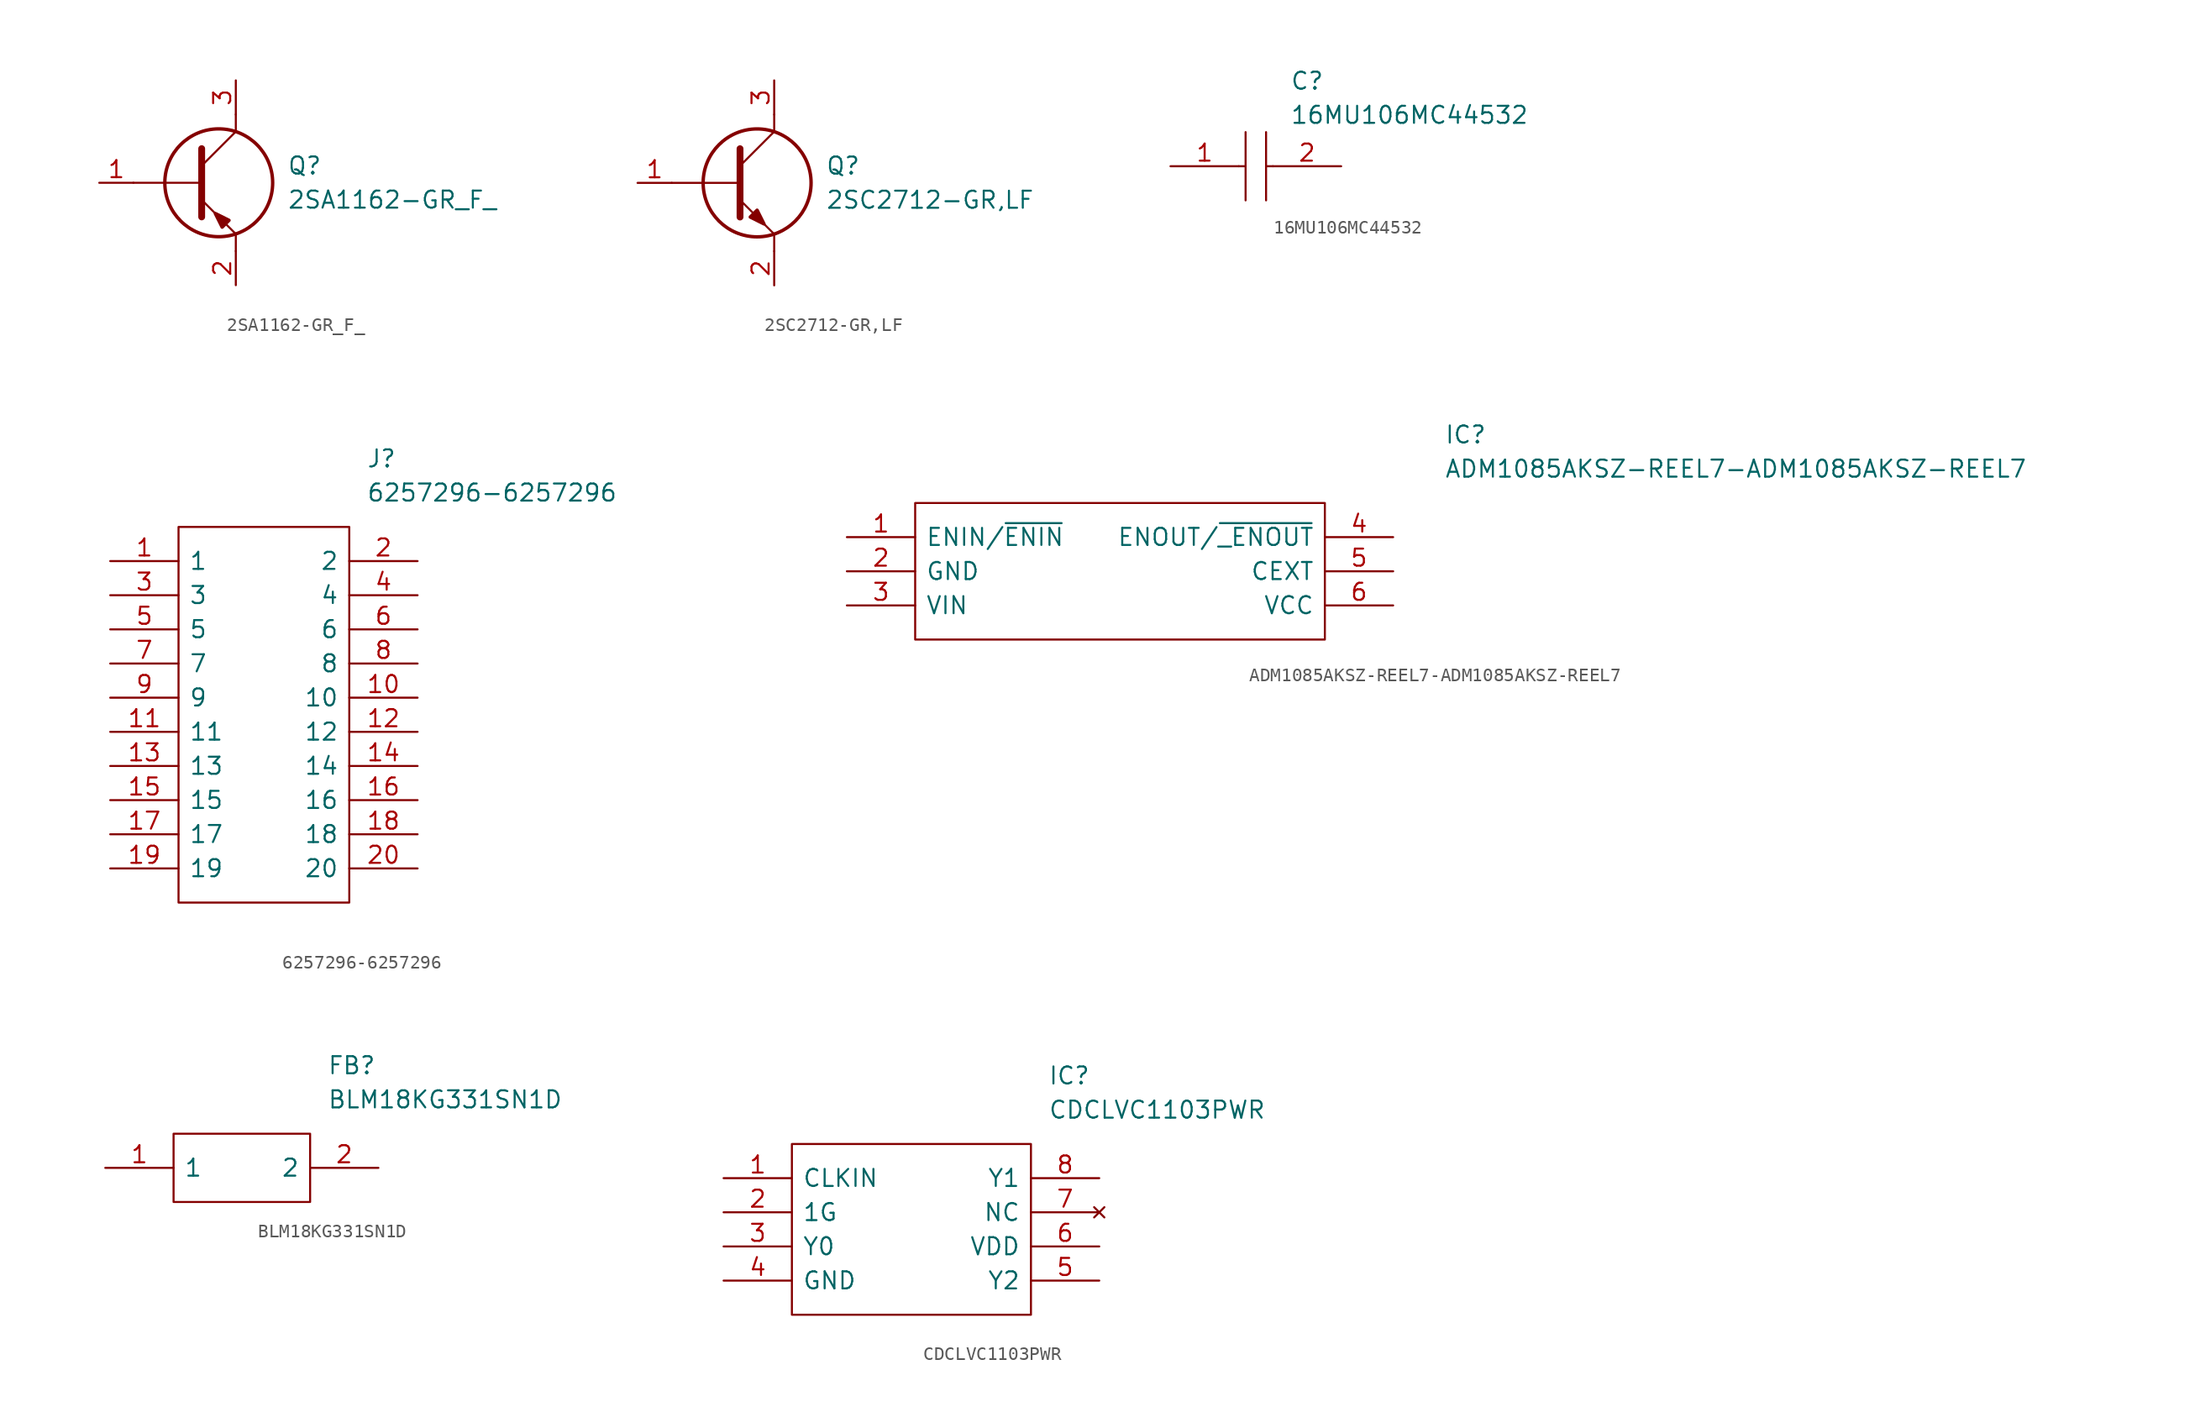
<source format=kicad_sym>
(kicad_symbol_lib
  (version 20220914)
  (generator kicad_symbol_editor)
  (symbol "2SA1162-GR_F_"
    (pin_names
      (offset 0.762))
    (property "Reference" "Q"
      (at 13.97 1.27 0)
      (effects (font (size 1.27 1.27)) (justify left)))
    (property "Value" "2SA1162-GR_F_"
      (at 13.97 -1.27 0)
      (effects (font (size 1.27 1.27)) (justify left)))
    (symbol "2SA1162-GR_F__0_0"
      (pin passive line (at 0 0 0) (length 2.54) (name "~" (effects (font (size 1.27 1.27)))) (number "1" (effects (font (size 1.27 1.27)))))
      (pin passive line (at 10.16 -7.62 90) (length 2.54) (name "~" (effects (font (size 1.27 1.27)))) (number "2" (effects (font (size 1.27 1.27)))))
      (pin passive line (at 10.16 7.62 270) (length 2.54) (name "~" (effects (font (size 1.27 1.27)))) (number "3" (effects (font (size 1.27 1.27))))))
    (symbol "2SA1162-GR_F__0_1"
      (polyline (pts (xy 2.54 0) (xy 7.62 0)) (stroke (width 0.152) (type solid)) (fill (type none)))
      (polyline (pts (xy 7.62 -1.27) (xy 10.16 -3.81)) (stroke (width 0.152) (type solid)) (fill (type none)))
      (polyline (pts (xy 7.62 1.27) (xy 10.16 3.81)) (stroke (width 0.152) (type solid)) (fill (type none)))
      (polyline (pts (xy 7.62 2.54) (xy 7.62 -2.54)) (stroke (width 0.508) (type solid)) (fill (type none)))
      (polyline (pts (xy 10.16 -3.81) (xy 10.16 -5.08)) (stroke (width 0.152) (type solid)) (fill (type none)))
      (polyline (pts (xy 10.16 3.81) (xy 10.16 5.08)) (stroke (width 0.152) (type solid)) (fill (type none)))
      (polyline (pts (xy 9.652 -2.794) (xy 9.144 -3.302) (xy 8.636 -2.286) (xy 9.652 -2.794)) (stroke (width 0.254) (type solid)) (fill (type outline)))
      (circle (center 8.89 0) (radius 4.013) (stroke (width 0.254) (type solid)) (fill (type none)))))
  (symbol "2SC2712-GR,LF"
    (pin_names
      (offset 0.762))
    (property "Reference" "Q"
      (at 13.97 1.27 0)
      (effects (font (size 1.27 1.27)) (justify left)))
    (property "Value" "2SC2712-GR,LF"
      (at 13.97 -1.27 0)
      (effects (font (size 1.27 1.27)) (justify left)))
    (symbol "2SC2712-GR,LF_0_0"
      (pin passive line (at 0 0 0) (length 2.54) (name "~" (effects (font (size 1.27 1.27)))) (number "1" (effects (font (size 1.27 1.27)))))
      (pin passive line (at 10.16 -7.62 90) (length 2.54) (name "~" (effects (font (size 1.27 1.27)))) (number "2" (effects (font (size 1.27 1.27)))))
      (pin passive line (at 10.16 7.62 270) (length 2.54) (name "~" (effects (font (size 1.27 1.27)))) (number "3" (effects (font (size 1.27 1.27))))))
    (symbol "2SC2712-GR,LF_0_1"
      (polyline (pts (xy 2.54 0) (xy 7.62 0)) (stroke (width 0.152) (type solid)) (fill (type none)))
      (polyline (pts (xy 7.62 -1.27) (xy 10.16 -3.81)) (stroke (width 0.152) (type solid)) (fill (type none)))
      (polyline (pts (xy 7.62 1.27) (xy 10.16 3.81)) (stroke (width 0.152) (type solid)) (fill (type none)))
      (polyline (pts (xy 7.62 2.54) (xy 7.62 -2.54)) (stroke (width 0.508) (type solid)) (fill (type none)))
      (polyline (pts (xy 10.16 -3.81) (xy 10.16 -5.08)) (stroke (width 0.152) (type solid)) (fill (type none)))
      (polyline (pts (xy 10.16 3.81) (xy 10.16 5.08)) (stroke (width 0.152) (type solid)) (fill (type none)))
      (polyline (pts (xy 8.382 -2.54) (xy 8.89 -2.032) (xy 9.398 -3.048) (xy 8.382 -2.54)) (stroke (width 0.254) (type solid)) (fill (type outline)))
      (circle (center 8.89 0) (radius 4.013) (stroke (width 0.254) (type solid)) (fill (type none)))))
  (symbol "16MU106MC44532"
    (pin_names
      (offset 0.762))
    (property "Reference" "C"
      (at 8.89 6.35 0)
      (effects (font (size 1.27 1.27)) (justify left)))
    (property "Value" "16MU106MC44532"
      (at 8.89 3.81 0)
      (effects (font (size 1.27 1.27)) (justify left)))
    (symbol "16MU106MC44532_0_0"
      (pin passive line (at 0 0 0) (length 5.08) (name "~" (effects (font (size 1.27 1.27)))) (number "1" (effects (font (size 1.27 1.27)))))
      (pin passive line (at 12.7 0 180) (length 5.08) (name "~" (effects (font (size 1.27 1.27)))) (number "2" (effects (font (size 1.27 1.27))))))
    (symbol "16MU106MC44532_0_1"
      (polyline (pts (xy 5.08 0) (xy 5.588 0)) (stroke (width 0.152) (type solid)) (fill (type none)))
      (polyline (pts (xy 5.588 2.54) (xy 5.588 -2.54)) (stroke (width 0.152) (type solid)) (fill (type none)))
      (polyline (pts (xy 7.112 0) (xy 7.62 0)) (stroke (width 0.152) (type solid)) (fill (type none)))
      (polyline (pts (xy 7.112 2.54) (xy 7.112 -2.54)) (stroke (width 0.152) (type solid)) (fill (type none)))))
  (symbol "6257296-6257296"
    (pin_names
      (offset 0.762))
    (property "Reference" "J"
      (at 19.05 7.62 0)
      (effects (font (size 1.27 1.27)) (justify left)))
    (property "Value" "6257296-6257296"
      (at 19.05 5.08 0)
      (effects (font (size 1.27 1.27)) (justify left)))
    (symbol "6257296-6257296_0_0"
      (pin passive line (at 0 0 0) (length 5.08) (name "1" (effects (font (size 1.27 1.27)))) (number "1" (effects (font (size 1.27 1.27)))))
      (pin passive line (at 22.86 -10.16 180) (length 5.08) (name "10" (effects (font (size 1.27 1.27)))) (number "10" (effects (font (size 1.27 1.27)))))
      (pin passive line (at 0 -12.7 0) (length 5.08) (name "11" (effects (font (size 1.27 1.27)))) (number "11" (effects (font (size 1.27 1.27)))))
      (pin passive line (at 22.86 -12.7 180) (length 5.08) (name "12" (effects (font (size 1.27 1.27)))) (number "12" (effects (font (size 1.27 1.27)))))
      (pin passive line (at 0 -15.24 0) (length 5.08) (name "13" (effects (font (size 1.27 1.27)))) (number "13" (effects (font (size 1.27 1.27)))))
      (pin passive line (at 22.86 -15.24 180) (length 5.08) (name "14" (effects (font (size 1.27 1.27)))) (number "14" (effects (font (size 1.27 1.27)))))
      (pin passive line (at 0 -17.78 0) (length 5.08) (name "15" (effects (font (size 1.27 1.27)))) (number "15" (effects (font (size 1.27 1.27)))))
      (pin passive line (at 22.86 -17.78 180) (length 5.08) (name "16" (effects (font (size 1.27 1.27)))) (number "16" (effects (font (size 1.27 1.27)))))
      (pin passive line (at 0 -20.32 0) (length 5.08) (name "17" (effects (font (size 1.27 1.27)))) (number "17" (effects (font (size 1.27 1.27)))))
      (pin passive line (at 22.86 -20.32 180) (length 5.08) (name "18" (effects (font (size 1.27 1.27)))) (number "18" (effects (font (size 1.27 1.27)))))
      (pin passive line (at 0 -22.86 0) (length 5.08) (name "19" (effects (font (size 1.27 1.27)))) (number "19" (effects (font (size 1.27 1.27)))))
      (pin passive line (at 22.86 0 180) (length 5.08) (name "2" (effects (font (size 1.27 1.27)))) (number "2" (effects (font (size 1.27 1.27)))))
      (pin passive line (at 22.86 -22.86 180) (length 5.08) (name "20" (effects (font (size 1.27 1.27)))) (number "20" (effects (font (size 1.27 1.27)))))
      (pin passive line (at 0 -2.54 0) (length 5.08) (name "3" (effects (font (size 1.27 1.27)))) (number "3" (effects (font (size 1.27 1.27)))))
      (pin passive line (at 22.86 -2.54 180) (length 5.08) (name "4" (effects (font (size 1.27 1.27)))) (number "4" (effects (font (size 1.27 1.27)))))
      (pin passive line (at 0 -5.08 0) (length 5.08) (name "5" (effects (font (size 1.27 1.27)))) (number "5" (effects (font (size 1.27 1.27)))))
      (pin passive line (at 22.86 -5.08 180) (length 5.08) (name "6" (effects (font (size 1.27 1.27)))) (number "6" (effects (font (size 1.27 1.27)))))
      (pin passive line (at 0 -7.62 0) (length 5.08) (name "7" (effects (font (size 1.27 1.27)))) (number "7" (effects (font (size 1.27 1.27)))))
      (pin passive line (at 22.86 -7.62 180) (length 5.08) (name "8" (effects (font (size 1.27 1.27)))) (number "8" (effects (font (size 1.27 1.27)))))
      (pin passive line (at 0 -10.16 0) (length 5.08) (name "9" (effects (font (size 1.27 1.27)))) (number "9" (effects (font (size 1.27 1.27))))))
    (symbol "6257296-6257296_0_1"
      (polyline (pts (xy 5.08 2.54) (xy 17.78 2.54) (xy 17.78 -25.4) (xy 5.08 -25.4) (xy 5.08 2.54)) (stroke (width 0.152) (type solid)) (fill (type none)))))
  (symbol "ADM1085AKSZ-REEL7-ADM1085AKSZ-REEL7"
    (pin_names
      (offset 0.762))
    (property "Reference" "IC"
      (at 44.45 7.62 0)
      (effects (font (size 1.27 1.27)) (justify left)))
    (property "Value" "ADM1085AKSZ-REEL7-ADM1085AKSZ-REEL7"
      (at 44.45 5.08 0)
      (effects (font (size 1.27 1.27)) (justify left)))
    (symbol "ADM1085AKSZ-REEL7-ADM1085AKSZ-REEL7_0_0"
      (pin input line (at 0 0 0) (length 5.08) (name "ENIN/~{ENIN}" (effects (font (size 1.27 1.27)))) (number "1" (effects (font (size 1.27 1.27)))))
      (pin power_in line (at 0 -2.54 0) (length 5.08) (name "GND" (effects (font (size 1.27 1.27)))) (number "2" (effects (font (size 1.27 1.27)))))
      (pin input line (at 0 -5.08 0) (length 5.08) (name "VIN" (effects (font (size 1.27 1.27)))) (number "3" (effects (font (size 1.27 1.27)))))
      (pin output line (at 40.64 0 180) (length 5.08) (name "ENOUT/~{_ENOUT}" (effects (font (size 1.27 1.27)))) (number "4" (effects (font (size 1.27 1.27)))))
      (pin passive line (at 40.64 -2.54 180) (length 5.08) (name "CEXT" (effects (font (size 1.27 1.27)))) (number "5" (effects (font (size 1.27 1.27)))))
      (pin power_in line (at 40.64 -5.08 180) (length 5.08) (name "VCC" (effects (font (size 1.27 1.27)))) (number "6" (effects (font (size 1.27 1.27))))))
    (symbol "ADM1085AKSZ-REEL7-ADM1085AKSZ-REEL7_0_1"
      (polyline (pts (xy 5.08 2.54) (xy 35.56 2.54) (xy 35.56 -7.62) (xy 5.08 -7.62) (xy 5.08 2.54)) (stroke (width 0.152) (type solid)) (fill (type none)))))
  (symbol "BLM18KG331SN1D"
    (pin_names
      (offset 0.762))
    (property "Reference" "FB"
      (at 16.51 7.62 0)
      (effects (font (size 1.27 1.27)) (justify left)))
    (property "Value" "BLM18KG331SN1D"
      (at 16.51 5.08 0)
      (effects (font (size 1.27 1.27)) (justify left)))
    (symbol "BLM18KG331SN1D_0_0"
      (pin passive line (at 0 0 0) (length 5.08) (name "1" (effects (font (size 1.27 1.27)))) (number "1" (effects (font (size 1.27 1.27)))))
      (pin passive line (at 20.32 0 180) (length 5.08) (name "2" (effects (font (size 1.27 1.27)))) (number "2" (effects (font (size 1.27 1.27))))))
    (symbol "BLM18KG331SN1D_0_1"
      (polyline (pts (xy 5.08 2.54) (xy 15.24 2.54) (xy 15.24 -2.54) (xy 5.08 -2.54) (xy 5.08 2.54)) (stroke (width 0.152) (type solid)) (fill (type none)))))
  (symbol "CDCLVC1103PWR"
    (pin_names
      (offset 0.762))
    (property "Reference" "IC"
      (at 24.13 7.62 0)
      (effects (font (size 1.27 1.27)) (justify left)))
    (property "Value" "CDCLVC1103PWR"
      (at 24.13 5.08 0)
      (effects (font (size 1.27 1.27)) (justify left)))
    (symbol "CDCLVC1103PWR_0_0"
      (pin input line (at 0 0 0) (length 5.08) (name "CLKIN" (effects (font (size 1.27 1.27)))) (number "1" (effects (font (size 1.27 1.27)))))
      (pin input line (at 0 -2.54 0) (length 5.08) (name "1G" (effects (font (size 1.27 1.27)))) (number "2" (effects (font (size 1.27 1.27)))))
      (pin output line (at 0 -5.08 0) (length 5.08) (name "Y0" (effects (font (size 1.27 1.27)))) (number "3" (effects (font (size 1.27 1.27)))))
      (pin power_in line (at 0 -7.62 0) (length 5.08) (name "GND" (effects (font (size 1.27 1.27)))) (number "4" (effects (font (size 1.27 1.27)))))
      (pin output line (at 27.94 -7.62 180) (length 5.08) (name "Y2" (effects (font (size 1.27 1.27)))) (number "5" (effects (font (size 1.27 1.27)))))
      (pin power_in line (at 27.94 -5.08 180) (length 5.08) (name "VDD" (effects (font (size 1.27 1.27)))) (number "6" (effects (font (size 1.27 1.27)))))
      (pin no_connect line (at 27.94 -2.54 180) (length 5.08) (name "NC" (effects (font (size 1.27 1.27)))) (number "7" (effects (font (size 1.27 1.27)))))
      (pin output line (at 27.94 0 180) (length 5.08) (name "Y1" (effects (font (size 1.27 1.27)))) (number "8" (effects (font (size 1.27 1.27))))))
    (symbol "CDCLVC1103PWR_0_1"
      (polyline (pts (xy 5.08 2.54) (xy 22.86 2.54) (xy 22.86 -10.16) (xy 5.08 -10.16) (xy 5.08 2.54)) (stroke (width 0.152) (type solid)) (fill (type none))))))
</source>
